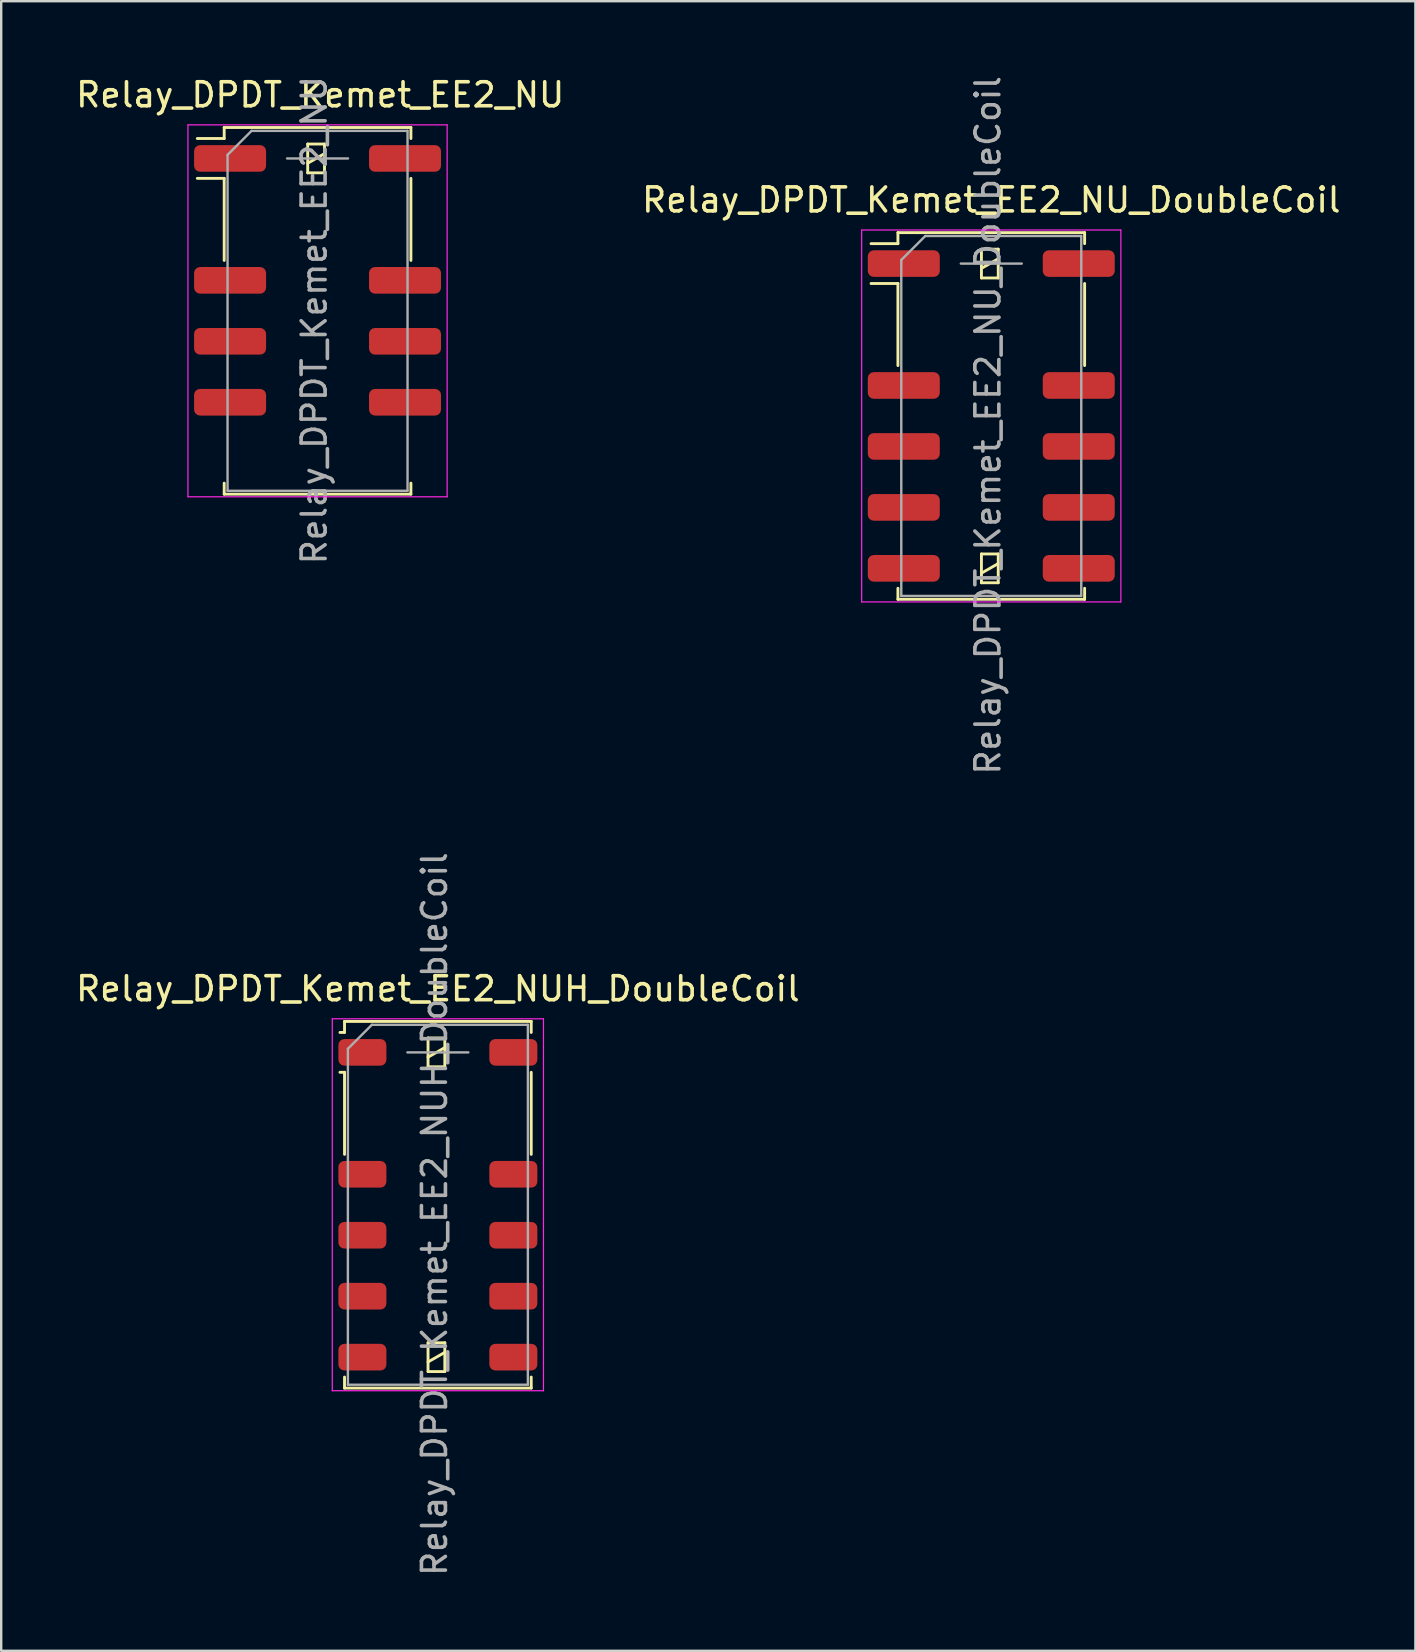
<source format=kicad_pcb>
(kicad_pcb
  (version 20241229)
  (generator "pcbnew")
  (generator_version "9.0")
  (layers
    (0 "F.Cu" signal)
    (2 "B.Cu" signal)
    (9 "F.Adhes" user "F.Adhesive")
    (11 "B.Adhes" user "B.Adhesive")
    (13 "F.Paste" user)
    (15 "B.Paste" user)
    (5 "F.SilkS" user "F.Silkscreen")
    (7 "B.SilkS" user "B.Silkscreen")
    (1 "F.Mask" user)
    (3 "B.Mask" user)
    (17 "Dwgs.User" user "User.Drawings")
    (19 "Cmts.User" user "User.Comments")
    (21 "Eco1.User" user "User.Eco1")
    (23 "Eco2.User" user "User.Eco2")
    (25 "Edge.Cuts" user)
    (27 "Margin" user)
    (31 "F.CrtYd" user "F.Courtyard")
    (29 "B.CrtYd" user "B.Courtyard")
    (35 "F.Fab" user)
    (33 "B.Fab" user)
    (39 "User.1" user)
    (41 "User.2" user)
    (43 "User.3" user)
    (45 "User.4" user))
  (footprint "Relay_DPDT_Kemet_EE2_NU"
    (layer "F.Cu")
    (at 10.182 9.902)
    (property "Reference" "Relay_DPDT_Kemet_EE2_NU" (at 0.11 -9 180) (layer "F.SilkS") (effects (font (size 1 1) (thickness 0.15))))
    (attr smd)
    (fp_line (start -3.89 -7.64) (end -3.89 -7.18) (stroke (width 0.12) (type solid)) (layer "F.SilkS"))
    (fp_line (start -3.89 -7.18) (end -5.01 -7.18) (stroke (width 0.12) (type solid)) (layer "F.SilkS"))
    (fp_line (start -3.89 -5.52) (end -5.01 -5.52) (stroke (width 0.12) (type solid)) (layer "F.SilkS"))
    (fp_line (start -3.89 -5.52) (end -3.89 -2.1) (stroke (width 0.12) (type solid)) (layer "F.SilkS"))
    (fp_line (start -3.89 7.18) (end -3.89 7.64) (stroke (width 0.12) (type solid)) (layer "F.SilkS"))
    (fp_line (start -0.41 -6.95) (end -0.41 -5.75) (stroke (width 0.12) (type solid)) (layer "F.SilkS"))
    (fp_line (start -0.41 -6.15) (end 0.29 -6.55) (stroke (width 0.12) (type solid)) (layer "F.SilkS"))
    (fp_line (start -0.41 -5.75) (end 0.29 -5.75) (stroke (width 0.12) (type solid)) (layer "F.SilkS"))
    (fp_line (start 0.29 -6.95) (end -0.41 -6.95) (stroke (width 0.12) (type solid)) (layer "F.SilkS"))
    (fp_line (start 0.29 -5.75) (end 0.29 -6.95) (stroke (width 0.12) (type solid)) (layer "F.SilkS"))
    (fp_line (start 3.89 -7.64) (end -3.89 -7.64) (stroke (width 0.12) (type solid)) (layer "F.SilkS"))
    (fp_line (start 3.89 -7.64) (end 3.89 -7.18) (stroke (width 0.12) (type solid)) (layer "F.SilkS"))
    (fp_line (start 3.89 -5.52) (end 3.89 -2.1) (stroke (width 0.12) (type solid)) (layer "F.SilkS"))
    (fp_line (start 3.89 7.18) (end 3.89 7.64) (stroke (width 0.12) (type solid)) (layer "F.SilkS"))
    (fp_line (start 3.89 7.64) (end -3.89 7.64) (stroke (width 0.12) (type solid)) (layer "F.SilkS"))
    (fp_line (start -5.4 -7.75) (end -5.4 7.75) (stroke (width 0.05) (type solid)) (layer "F.CrtYd"))
    (fp_line (start -5.4 7.75) (end 5.4 7.75) (stroke (width 0.05) (type solid)) (layer "F.CrtYd"))
    (fp_line (start 5.4 -7.75) (end -5.4 -7.75) (stroke (width 0.05) (type solid)) (layer "F.CrtYd"))
    (fp_line (start 5.4 -7.75) (end 5.4 7.75) (stroke (width 0.05) (type solid)) (layer "F.CrtYd"))
    (fp_line (start -3.75 -6.5) (end -3.75 7.5) (stroke (width 0.1) (type solid)) (layer "F.Fab"))
    (fp_line (start -3.75 -6.5) (end -2.75 -7.5) (stroke (width 0.1) (type solid)) (layer "F.Fab"))
    (fp_line (start -1.27 -6.35) (end 1.27 -6.35) (stroke (width 0.1) (type solid)) (layer "F.Fab"))
    (fp_line (start 3.75 -7.5) (end -2.75 -7.5) (stroke (width 0.1) (type solid)) (layer "F.Fab"))
    (fp_line (start 3.75 -7.5) (end 3.75 7.5) (stroke (width 0.1) (type solid)) (layer "F.Fab"))
    (fp_line (start 3.75 7.5) (end -3.75 7.5) (stroke (width 0.1) (type solid)) (layer "F.Fab"))
    (fp_text user "${REFERENCE}" (at -0.14 0.39 90) (layer "F.Fab") (effects (font (size 1 1) (thickness 0.15))))
    (pad "1" smd roundrect (at -3.645 -6.35 270) (size 1.11 3) (layers "F.Cu" "F.Mask" "F.Paste") (roundrect_rratio 0.225))
    (pad "3" smd roundrect (at -3.645 -1.27 270) (size 1.11 3) (layers "F.Cu" "F.Mask" "F.Paste") (roundrect_rratio 0.225))
    (pad "4" smd roundrect (at -3.645 1.27 270) (size 1.11 3) (layers "F.Cu" "F.Mask" "F.Paste") (roundrect_rratio 0.225))
    (pad "5" smd roundrect (at -3.645 3.81 270) (size 1.11 3) (layers "F.Cu" "F.Mask" "F.Paste") (roundrect_rratio 0.225))
    (pad "8" smd roundrect (at 3.645 3.81 270) (size 1.11 3) (layers "F.Cu" "F.Mask" "F.Paste") (roundrect_rratio 0.225))
    (pad "9" smd roundrect (at 3.645 1.27 270) (size 1.11 3) (layers "F.Cu" "F.Mask" "F.Paste") (roundrect_rratio 0.225))
    (pad "10" smd roundrect (at 3.645 -1.27 270) (size 1.11 3) (layers "F.Cu" "F.Mask" "F.Paste") (roundrect_rratio 0.225))
    (pad "12" smd roundrect (at 3.645 -6.35 270) (size 1.11 3) (layers "F.Cu" "F.Mask" "F.Paste") (roundrect_rratio 0.225)))
  (footprint "Relay_DPDT_Kemet_EE2_NUH_DoubleCoil"
    (layer "F.Cu")
    (at 15.196 47.152)
    (property "Reference" "Relay_DPDT_Kemet_EE2_NUH_DoubleCoil" (at 0 -9 180) (layer "F.SilkS") (effects (font (size 1 1) (thickness 0.15))))
    (attr smd)
    (fp_line (start -3.89 -7.64) (end -3.89 -7.18) (stroke (width 0.12) (type solid)) (layer "F.SilkS"))
    (fp_line (start -3.89 -7.18) (end -4.08 -7.18) (stroke (width 0.12) (type solid)) (layer "F.SilkS"))
    (fp_line (start -3.89 -5.52) (end -4.08 -5.52) (stroke (width 0.12) (type solid)) (layer "F.SilkS"))
    (fp_line (start -3.89 -5.52) (end -3.89 -2.1) (stroke (width 0.12) (type solid)) (layer "F.SilkS"))
    (fp_line (start -3.89 7.18) (end -3.89 7.64) (stroke (width 0.12) (type solid)) (layer "F.SilkS"))
    (fp_line (start -0.41 -6.95) (end -0.41 -5.75) (stroke (width 0.12) (type solid)) (layer "F.SilkS"))
    (fp_line (start -0.41 -6.15) (end 0.29 -6.55) (stroke (width 0.12) (type solid)) (layer "F.SilkS"))
    (fp_line (start -0.41 -5.75) (end 0.29 -5.75) (stroke (width 0.12) (type solid)) (layer "F.SilkS"))
    (fp_line (start -0.41 5.75) (end -0.41 6.95) (stroke (width 0.12) (type solid)) (layer "F.SilkS"))
    (fp_line (start -0.41 6.55) (end 0.29 6.15) (stroke (width 0.12) (type solid)) (layer "F.SilkS"))
    (fp_line (start -0.41 6.95) (end 0.29 6.95) (stroke (width 0.12) (type solid)) (layer "F.SilkS"))
    (fp_line (start 0.29 -6.95) (end -0.41 -6.95) (stroke (width 0.12) (type solid)) (layer "F.SilkS"))
    (fp_line (start 0.29 -5.75) (end 0.29 -6.95) (stroke (width 0.12) (type solid)) (layer "F.SilkS"))
    (fp_line (start 0.29 5.75) (end -0.41 5.75) (stroke (width 0.12) (type solid)) (layer "F.SilkS"))
    (fp_line (start 0.29 6.95) (end 0.29 5.75) (stroke (width 0.12) (type solid)) (layer "F.SilkS"))
    (fp_line (start 3.89 -7.64) (end -3.89 -7.64) (stroke (width 0.12) (type solid)) (layer "F.SilkS"))
    (fp_line (start 3.89 -7.64) (end 3.89 -7.18) (stroke (width 0.12) (type solid)) (layer "F.SilkS"))
    (fp_line (start 3.89 -5.52) (end 3.89 -2.1) (stroke (width 0.12) (type solid)) (layer "F.SilkS"))
    (fp_line (start 3.89 7.18) (end 3.89 7.64) (stroke (width 0.12) (type solid)) (layer "F.SilkS"))
    (fp_line (start 3.89 7.64) (end -3.89 7.64) (stroke (width 0.12) (type solid)) (layer "F.SilkS"))
    (fp_line (start -4.4 -7.75) (end -4.4 7.75) (stroke (width 0.05) (type solid)) (layer "F.CrtYd"))
    (fp_line (start -4.4 7.75) (end 4.4 7.75) (stroke (width 0.05) (type solid)) (layer "F.CrtYd"))
    (fp_line (start 4.4 -7.75) (end -4.4 -7.75) (stroke (width 0.05) (type solid)) (layer "F.CrtYd"))
    (fp_line (start 4.4 -7.75) (end 4.4 7.75) (stroke (width 0.05) (type solid)) (layer "F.CrtYd"))
    (fp_line (start -3.75 -6.5) (end -3.75 7.5) (stroke (width 0.1) (type solid)) (layer "F.Fab"))
    (fp_line (start -3.75 -6.5) (end -2.75 -7.5) (stroke (width 0.1) (type solid)) (layer "F.Fab"))
    (fp_line (start -1.27 -6.35) (end 1.27 -6.35) (stroke (width 0.1) (type solid)) (layer "F.Fab"))
    (fp_line (start 3.75 -7.5) (end -2.75 -7.5) (stroke (width 0.1) (type solid)) (layer "F.Fab"))
    (fp_line (start 3.75 -7.5) (end 3.75 7.5) (stroke (width 0.1) (type solid)) (layer "F.Fab"))
    (fp_line (start 3.75 7.5) (end -3.75 7.5) (stroke (width 0.1) (type solid)) (layer "F.Fab"))
    (fp_text user "${REFERENCE}" (at -0.14 0.39 90) (layer "F.Fab") (effects (font (size 1 1) (thickness 0.15))))
    (pad "1" smd roundrect (at -3.145 -6.35 270) (size 1.11 2) (layers "F.Cu" "F.Mask" "F.Paste") (roundrect_rratio 0.225))
    (pad "3" smd roundrect (at -3.145 -1.27 270) (size 1.11 2) (layers "F.Cu" "F.Mask" "F.Paste") (roundrect_rratio 0.225))
    (pad "4" smd roundrect (at -3.145 1.27 270) (size 1.11 2) (layers "F.Cu" "F.Mask" "F.Paste") (roundrect_rratio 0.225))
    (pad "5" smd roundrect (at -3.145 3.81 270) (size 1.11 2) (layers "F.Cu" "F.Mask" "F.Paste") (roundrect_rratio 0.225))
    (pad "6" smd roundrect (at -3.145 6.35 270) (size 1.11 2) (layers "F.Cu" "F.Mask" "F.Paste") (roundrect_rratio 0.225))
    (pad "7" smd roundrect (at 3.145 6.35 270) (size 1.11 2) (layers "F.Cu" "F.Mask" "F.Paste") (roundrect_rratio 0.225))
    (pad "8" smd roundrect (at 3.145 3.81 270) (size 1.11 2) (layers "F.Cu" "F.Mask" "F.Paste") (roundrect_rratio 0.225))
    (pad "9" smd roundrect (at 3.145 1.27 270) (size 1.11 2) (layers "F.Cu" "F.Mask" "F.Paste") (roundrect_rratio 0.225))
    (pad "10" smd roundrect (at 3.145 -1.27 270) (size 1.11 2) (layers "F.Cu" "F.Mask" "F.Paste") (roundrect_rratio 0.225))
    (pad "12" smd roundrect (at 3.145 -6.35 270) (size 1.11 2) (layers "F.Cu" "F.Mask" "F.Paste") (roundrect_rratio 0.225)))
  (footprint "Relay_DPDT_Kemet_EE2_NU_DoubleCoil"
    (layer "F.Cu")
    (at 38.256 14.283)
    (property "Reference" "Relay_DPDT_Kemet_EE2_NU_DoubleCoil" (at 0 -9 180) (layer "F.SilkS") (effects (font (size 1 1) (thickness 0.15))))
    (attr smd)
    (fp_line (start -3.89 -7.64) (end -3.89 -7.18) (stroke (width 0.12) (type solid)) (layer "F.SilkS"))
    (fp_line (start -3.89 -7.18) (end -5.01 -7.18) (stroke (width 0.12) (type solid)) (layer "F.SilkS"))
    (fp_line (start -3.89 -5.52) (end -5.01 -5.52) (stroke (width 0.12) (type solid)) (layer "F.SilkS"))
    (fp_line (start -3.89 -5.52) (end -3.89 -2.1) (stroke (width 0.12) (type solid)) (layer "F.SilkS"))
    (fp_line (start -3.89 7.18) (end -3.89 7.64) (stroke (width 0.12) (type solid)) (layer "F.SilkS"))
    (fp_line (start -0.41 -6.95) (end -0.41 -5.75) (stroke (width 0.12) (type solid)) (layer "F.SilkS"))
    (fp_line (start -0.41 -6.15) (end 0.29 -6.55) (stroke (width 0.12) (type solid)) (layer "F.SilkS"))
    (fp_line (start -0.41 -5.75) (end 0.29 -5.75) (stroke (width 0.12) (type solid)) (layer "F.SilkS"))
    (fp_line (start -0.41 5.75) (end -0.41 6.95) (stroke (width 0.12) (type solid)) (layer "F.SilkS"))
    (fp_line (start -0.41 6.55) (end 0.29 6.15) (stroke (width 0.12) (type solid)) (layer "F.SilkS"))
    (fp_line (start -0.41 6.95) (end 0.29 6.95) (stroke (width 0.12) (type solid)) (layer "F.SilkS"))
    (fp_line (start 0.29 -6.95) (end -0.41 -6.95) (stroke (width 0.12) (type solid)) (layer "F.SilkS"))
    (fp_line (start 0.29 -5.75) (end 0.29 -6.95) (stroke (width 0.12) (type solid)) (layer "F.SilkS"))
    (fp_line (start 0.29 5.75) (end -0.41 5.75) (stroke (width 0.12) (type solid)) (layer "F.SilkS"))
    (fp_line (start 0.29 6.95) (end 0.29 5.75) (stroke (width 0.12) (type solid)) (layer "F.SilkS"))
    (fp_line (start 3.89 -7.64) (end -3.89 -7.64) (stroke (width 0.12) (type solid)) (layer "F.SilkS"))
    (fp_line (start 3.89 -7.64) (end 3.89 -7.18) (stroke (width 0.12) (type solid)) (layer "F.SilkS"))
    (fp_line (start 3.89 -5.52) (end 3.89 -2.1) (stroke (width 0.12) (type solid)) (layer "F.SilkS"))
    (fp_line (start 3.89 7.18) (end 3.89 7.64) (stroke (width 0.12) (type solid)) (layer "F.SilkS"))
    (fp_line (start 3.89 7.64) (end -3.89 7.64) (stroke (width 0.12) (type solid)) (layer "F.SilkS"))
    (fp_line (start -5.4 -7.75) (end -5.4 7.75) (stroke (width 0.05) (type solid)) (layer "F.CrtYd"))
    (fp_line (start -5.4 7.75) (end 5.4 7.75) (stroke (width 0.05) (type solid)) (layer "F.CrtYd"))
    (fp_line (start 5.4 -7.75) (end -5.4 -7.75) (stroke (width 0.05) (type solid)) (layer "F.CrtYd"))
    (fp_line (start 5.4 -7.75) (end 5.4 7.75) (stroke (width 0.05) (type solid)) (layer "F.CrtYd"))
    (fp_line (start -3.75 -6.5) (end -3.75 7.5) (stroke (width 0.1) (type solid)) (layer "F.Fab"))
    (fp_line (start -3.75 -6.5) (end -2.75 -7.5) (stroke (width 0.1) (type solid)) (layer "F.Fab"))
    (fp_line (start -1.27 -6.35) (end 1.27 -6.35) (stroke (width 0.1) (type solid)) (layer "F.Fab"))
    (fp_line (start 3.75 -7.5) (end -2.75 -7.5) (stroke (width 0.1) (type solid)) (layer "F.Fab"))
    (fp_line (start 3.75 -7.5) (end 3.75 7.5) (stroke (width 0.1) (type solid)) (layer "F.Fab"))
    (fp_line (start 3.75 7.5) (end -3.75 7.5) (stroke (width 0.1) (type solid)) (layer "F.Fab"))
    (fp_text user "${REFERENCE}" (at -0.14 0.39 90) (layer "F.Fab") (effects (font (size 1 1) (thickness 0.15))))
    (pad "1" smd roundrect (at -3.645 -6.35 270) (size 1.11 3) (layers "F.Cu" "F.Mask" "F.Paste") (roundrect_rratio 0.225))
    (pad "3" smd roundrect (at -3.645 -1.27 270) (size 1.11 3) (layers "F.Cu" "F.Mask" "F.Paste") (roundrect_rratio 0.225))
    (pad "4" smd roundrect (at -3.645 1.27 270) (size 1.11 3) (layers "F.Cu" "F.Mask" "F.Paste") (roundrect_rratio 0.225))
    (pad "5" smd roundrect (at -3.645 3.81 270) (size 1.11 3) (layers "F.Cu" "F.Mask" "F.Paste") (roundrect_rratio 0.225))
    (pad "6" smd roundrect (at -3.645 6.35 270) (size 1.11 3) (layers "F.Cu" "F.Mask" "F.Paste") (roundrect_rratio 0.225))
    (pad "7" smd roundrect (at 3.645 6.35 270) (size 1.11 3) (layers "F.Cu" "F.Mask" "F.Paste") (roundrect_rratio 0.225))
    (pad "8" smd roundrect (at 3.645 3.81 270) (size 1.11 3) (layers "F.Cu" "F.Mask" "F.Paste") (roundrect_rratio 0.225))
    (pad "9" smd roundrect (at 3.645 1.27 270) (size 1.11 3) (layers "F.Cu" "F.Mask" "F.Paste") (roundrect_rratio 0.225))
    (pad "10" smd roundrect (at 3.645 -1.27 270) (size 1.11 3) (layers "F.Cu" "F.Mask" "F.Paste") (roundrect_rratio 0.225))
    (pad "12" smd roundrect (at 3.645 -6.35 270) (size 1.11 3) (layers "F.Cu" "F.Mask" "F.Paste") (roundrect_rratio 0.225)))
  (gr_rect
    (start -3 -3)
    (end 55.929 65.738)
    (stroke (width 0.1) (type default))
    (fill no)
    (layer "Edge.Cuts")))
</source>
